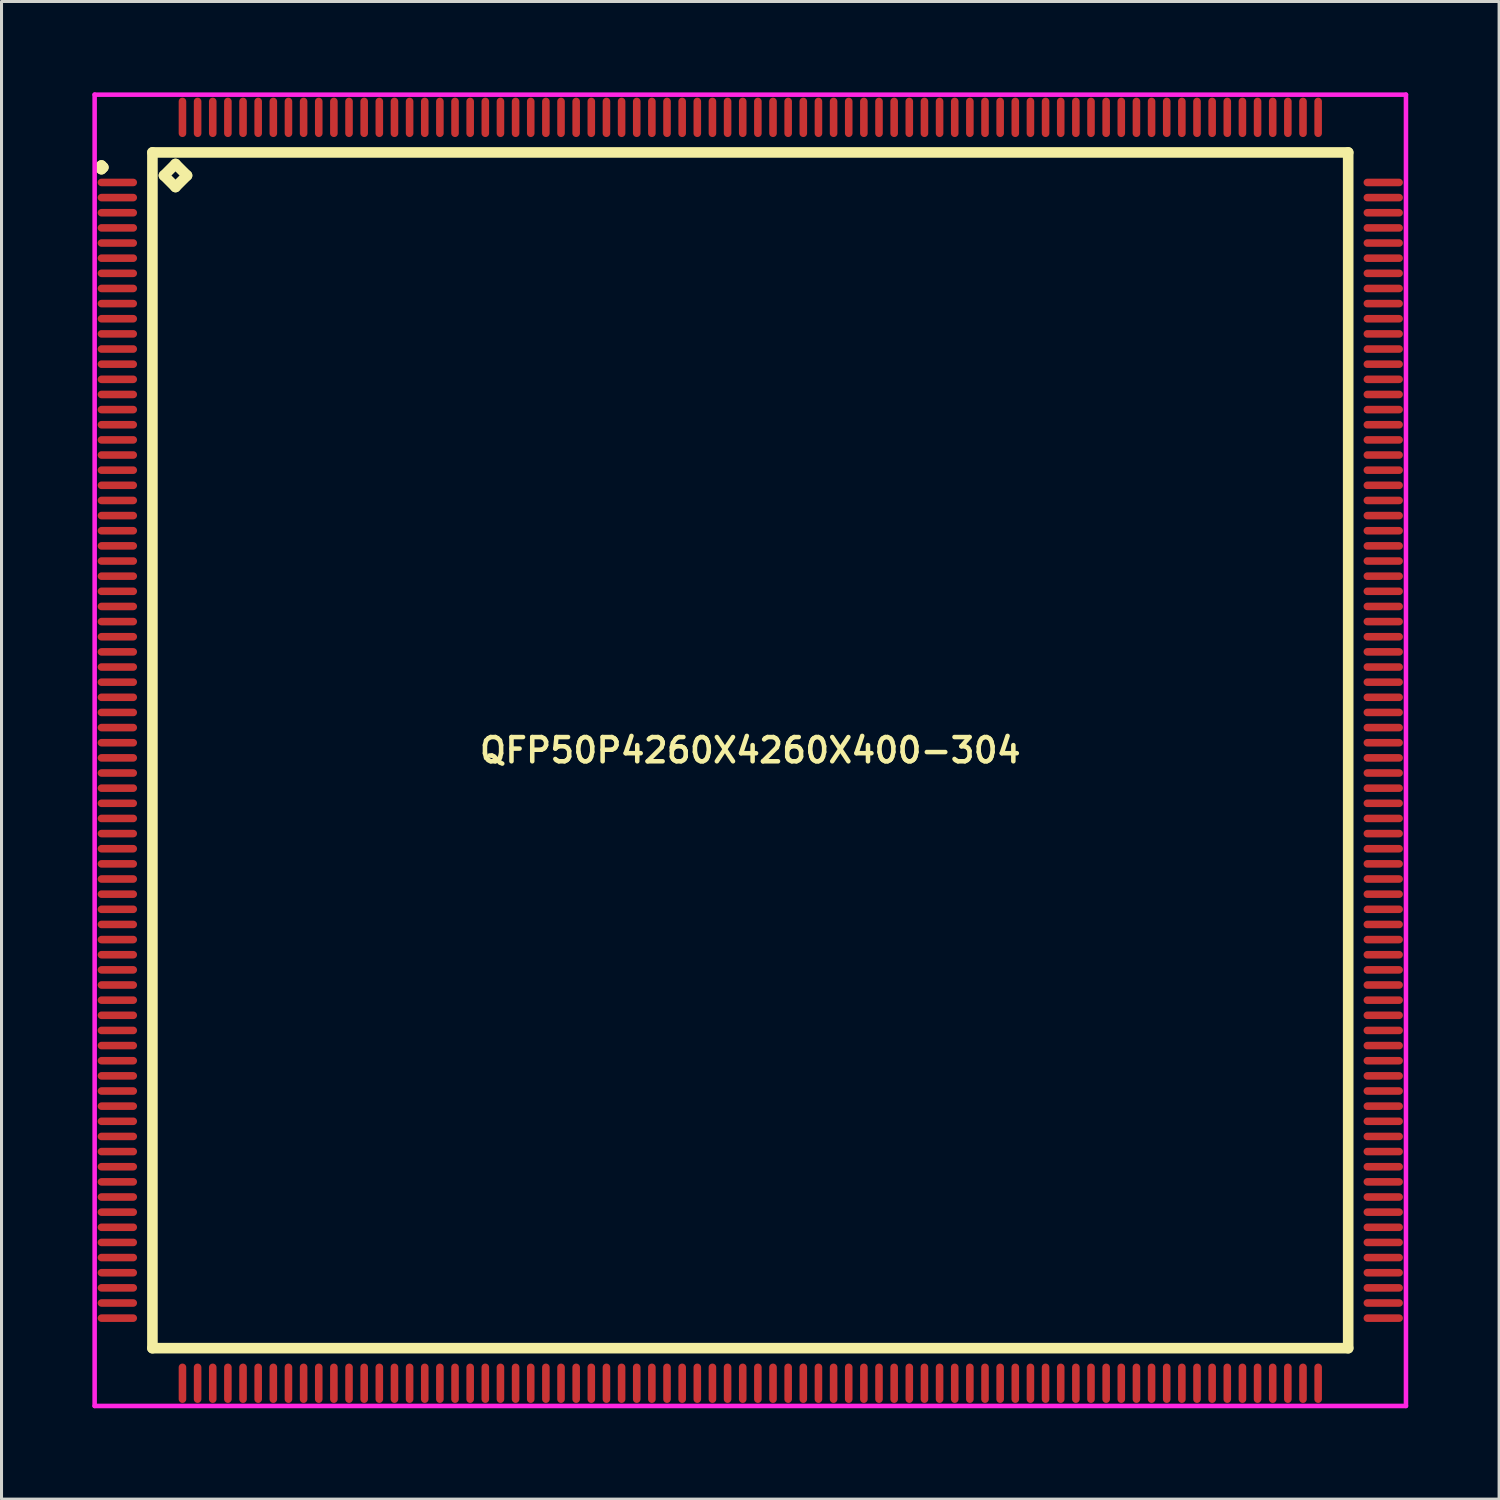
<source format=kicad_pcb>
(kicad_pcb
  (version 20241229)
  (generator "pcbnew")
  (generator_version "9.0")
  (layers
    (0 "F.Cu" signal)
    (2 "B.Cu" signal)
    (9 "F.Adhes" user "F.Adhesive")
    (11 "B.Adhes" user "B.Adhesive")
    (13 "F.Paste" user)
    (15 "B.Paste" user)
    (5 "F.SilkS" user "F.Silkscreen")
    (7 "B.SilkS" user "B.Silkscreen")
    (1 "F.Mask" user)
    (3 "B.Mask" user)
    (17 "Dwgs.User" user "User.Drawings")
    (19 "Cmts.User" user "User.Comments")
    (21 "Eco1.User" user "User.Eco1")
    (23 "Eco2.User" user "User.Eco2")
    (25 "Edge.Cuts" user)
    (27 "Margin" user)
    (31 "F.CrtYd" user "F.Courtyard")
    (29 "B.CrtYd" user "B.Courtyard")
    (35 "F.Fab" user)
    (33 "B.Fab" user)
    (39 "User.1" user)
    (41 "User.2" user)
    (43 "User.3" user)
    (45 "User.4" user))
  (footprint "QFP50P4260X4260X400-304"
    (layer "F.Cu")
    (at 21.725 21.725)
    (property "Reference" "QFP50P4260X4260X400-304" (at 0 0 0) (layer "F.SilkS") (effects (font (size 0.8 0.8) (thickness 0.15))))
    (attr through_hole)
    (fp_line (start -21.488 -19.25) (end -21.425 -19.312) (stroke (width 0.35) (type solid)) (layer "F.SilkS"))
    (fp_line (start -21.425 -19.312) (end -21.363 -19.25) (stroke (width 0.35) (type solid)) (layer "F.SilkS"))
    (fp_line (start -21.425 -19.188) (end -21.488 -19.25) (stroke (width 0.35) (type solid)) (layer "F.SilkS"))
    (fp_line (start -21.363 -19.25) (end -21.425 -19.188) (stroke (width 0.35) (type solid)) (layer "F.SilkS"))
    (fp_line (start -19.742 -19.742) (end -19.742 19.742) (stroke (width 0.35) (type solid)) (layer "F.SilkS"))
    (fp_line (start -19.742 19.742) (end 19.742 19.742) (stroke (width 0.35) (type solid)) (layer "F.SilkS"))
    (fp_line (start -19.361 -18.98) (end -18.98 -19.361) (stroke (width 0.35) (type solid)) (layer "F.SilkS"))
    (fp_line (start -18.98 -19.361) (end -18.599 -18.98) (stroke (width 0.35) (type solid)) (layer "F.SilkS"))
    (fp_line (start -18.98 -18.599) (end -19.361 -18.98) (stroke (width 0.35) (type solid)) (layer "F.SilkS"))
    (fp_line (start -18.599 -18.98) (end -18.98 -18.599) (stroke (width 0.35) (type solid)) (layer "F.SilkS"))
    (fp_line (start 19.742 -19.742) (end -19.742 -19.742) (stroke (width 0.35) (type solid)) (layer "F.SilkS"))
    (fp_line (start 19.742 19.742) (end 19.742 -19.742) (stroke (width 0.35) (type solid)) (layer "F.SilkS"))
    (fp_line (start -21.65 -21.65) (end 21.65 -21.65) (stroke (width 0.15) (type solid)) (layer "F.CrtYd"))
    (fp_line (start -21.65 21.65) (end -21.65 -21.65) (stroke (width 0.15) (type solid)) (layer "F.CrtYd"))
    (fp_line (start 21.65 -21.65) (end 21.65 21.65) (stroke (width 0.15) (type solid)) (layer "F.CrtYd"))
    (fp_line (start 21.65 21.65) (end -21.65 21.65) (stroke (width 0.15) (type solid)) (layer "F.CrtYd"))
    (pad "1" smd oval (at -20.9 -18.75) (size 1.3 0.25) (layers "F.Cu" "F.Mask" "F.Paste"))
    (pad "2" smd oval (at -20.9 -18.25) (size 1.3 0.25) (layers "F.Cu" "F.Mask" "F.Paste"))
    (pad "3" smd oval (at -20.9 -17.75) (size 1.3 0.25) (layers "F.Cu" "F.Mask" "F.Paste"))
    (pad "4" smd oval (at -20.9 -17.25) (size 1.3 0.25) (layers "F.Cu" "F.Mask" "F.Paste"))
    (pad "5" smd oval (at -20.9 -16.75) (size 1.3 0.25) (layers "F.Cu" "F.Mask" "F.Paste"))
    (pad "6" smd oval (at -20.9 -16.25) (size 1.3 0.25) (layers "F.Cu" "F.Mask" "F.Paste"))
    (pad "7" smd oval (at -20.9 -15.75) (size 1.3 0.25) (layers "F.Cu" "F.Mask" "F.Paste"))
    (pad "8" smd oval (at -20.9 -15.25) (size 1.3 0.25) (layers "F.Cu" "F.Mask" "F.Paste"))
    (pad "9" smd oval (at -20.9 -14.75) (size 1.3 0.25) (layers "F.Cu" "F.Mask" "F.Paste"))
    (pad "10" smd oval (at -20.9 -14.25) (size 1.3 0.25) (layers "F.Cu" "F.Mask" "F.Paste"))
    (pad "11" smd oval (at -20.9 -13.75) (size 1.3 0.25) (layers "F.Cu" "F.Mask" "F.Paste"))
    (pad "12" smd oval (at -20.9 -13.25) (size 1.3 0.25) (layers "F.Cu" "F.Mask" "F.Paste"))
    (pad "13" smd oval (at -20.9 -12.75) (size 1.3 0.25) (layers "F.Cu" "F.Mask" "F.Paste"))
    (pad "14" smd oval (at -20.9 -12.25) (size 1.3 0.25) (layers "F.Cu" "F.Mask" "F.Paste"))
    (pad "15" smd oval (at -20.9 -11.75) (size 1.3 0.25) (layers "F.Cu" "F.Mask" "F.Paste"))
    (pad "16" smd oval (at -20.9 -11.25) (size 1.3 0.25) (layers "F.Cu" "F.Mask" "F.Paste"))
    (pad "17" smd oval (at -20.9 -10.75) (size 1.3 0.25) (layers "F.Cu" "F.Mask" "F.Paste"))
    (pad "18" smd oval (at -20.9 -10.25) (size 1.3 0.25) (layers "F.Cu" "F.Mask" "F.Paste"))
    (pad "19" smd oval (at -20.9 -9.75) (size 1.3 0.25) (layers "F.Cu" "F.Mask" "F.Paste"))
    (pad "20" smd oval (at -20.9 -9.25) (size 1.3 0.25) (layers "F.Cu" "F.Mask" "F.Paste"))
    (pad "21" smd oval (at -20.9 -8.75) (size 1.3 0.25) (layers "F.Cu" "F.Mask" "F.Paste"))
    (pad "22" smd oval (at -20.9 -8.25) (size 1.3 0.25) (layers "F.Cu" "F.Mask" "F.Paste"))
    (pad "23" smd oval (at -20.9 -7.75) (size 1.3 0.25) (layers "F.Cu" "F.Mask" "F.Paste"))
    (pad "24" smd oval (at -20.9 -7.25) (size 1.3 0.25) (layers "F.Cu" "F.Mask" "F.Paste"))
    (pad "25" smd oval (at -20.9 -6.75) (size 1.3 0.25) (layers "F.Cu" "F.Mask" "F.Paste"))
    (pad "26" smd oval (at -20.9 -6.25) (size 1.3 0.25) (layers "F.Cu" "F.Mask" "F.Paste"))
    (pad "27" smd oval (at -20.9 -5.75) (size 1.3 0.25) (layers "F.Cu" "F.Mask" "F.Paste"))
    (pad "28" smd oval (at -20.9 -5.25) (size 1.3 0.25) (layers "F.Cu" "F.Mask" "F.Paste"))
    (pad "29" smd oval (at -20.9 -4.75) (size 1.3 0.25) (layers "F.Cu" "F.Mask" "F.Paste"))
    (pad "30" smd oval (at -20.9 -4.25) (size 1.3 0.25) (layers "F.Cu" "F.Mask" "F.Paste"))
    (pad "31" smd oval (at -20.9 -3.75) (size 1.3 0.25) (layers "F.Cu" "F.Mask" "F.Paste"))
    (pad "32" smd oval (at -20.9 -3.25) (size 1.3 0.25) (layers "F.Cu" "F.Mask" "F.Paste"))
    (pad "33" smd oval (at -20.9 -2.75) (size 1.3 0.25) (layers "F.Cu" "F.Mask" "F.Paste"))
    (pad "34" smd oval (at -20.9 -2.25) (size 1.3 0.25) (layers "F.Cu" "F.Mask" "F.Paste"))
    (pad "35" smd oval (at -20.9 -1.75) (size 1.3 0.25) (layers "F.Cu" "F.Mask" "F.Paste"))
    (pad "36" smd oval (at -20.9 -1.25) (size 1.3 0.25) (layers "F.Cu" "F.Mask" "F.Paste"))
    (pad "37" smd oval (at -20.9 -0.75) (size 1.3 0.25) (layers "F.Cu" "F.Mask" "F.Paste"))
    (pad "38" smd oval (at -20.9 -0.25) (size 1.3 0.25) (layers "F.Cu" "F.Mask" "F.Paste"))
    (pad "39" smd oval (at -20.9 0.25) (size 1.3 0.25) (layers "F.Cu" "F.Mask" "F.Paste"))
    (pad "40" smd oval (at -20.9 0.75) (size 1.3 0.25) (layers "F.Cu" "F.Mask" "F.Paste"))
    (pad "41" smd oval (at -20.9 1.25) (size 1.3 0.25) (layers "F.Cu" "F.Mask" "F.Paste"))
    (pad "42" smd oval (at -20.9 1.75) (size 1.3 0.25) (layers "F.Cu" "F.Mask" "F.Paste"))
    (pad "43" smd oval (at -20.9 2.25) (size 1.3 0.25) (layers "F.Cu" "F.Mask" "F.Paste"))
    (pad "44" smd oval (at -20.9 2.75) (size 1.3 0.25) (layers "F.Cu" "F.Mask" "F.Paste"))
    (pad "45" smd oval (at -20.9 3.25) (size 1.3 0.25) (layers "F.Cu" "F.Mask" "F.Paste"))
    (pad "46" smd oval (at -20.9 3.75) (size 1.3 0.25) (layers "F.Cu" "F.Mask" "F.Paste"))
    (pad "47" smd oval (at -20.9 4.25) (size 1.3 0.25) (layers "F.Cu" "F.Mask" "F.Paste"))
    (pad "48" smd oval (at -20.9 4.75) (size 1.3 0.25) (layers "F.Cu" "F.Mask" "F.Paste"))
    (pad "49" smd oval (at -20.9 5.25) (size 1.3 0.25) (layers "F.Cu" "F.Mask" "F.Paste"))
    (pad "50" smd oval (at -20.9 5.75) (size 1.3 0.25) (layers "F.Cu" "F.Mask" "F.Paste"))
    (pad "51" smd oval (at -20.9 6.25) (size 1.3 0.25) (layers "F.Cu" "F.Mask" "F.Paste"))
    (pad "52" smd oval (at -20.9 6.75) (size 1.3 0.25) (layers "F.Cu" "F.Mask" "F.Paste"))
    (pad "53" smd oval (at -20.9 7.25) (size 1.3 0.25) (layers "F.Cu" "F.Mask" "F.Paste"))
    (pad "54" smd oval (at -20.9 7.75) (size 1.3 0.25) (layers "F.Cu" "F.Mask" "F.Paste"))
    (pad "55" smd oval (at -20.9 8.25) (size 1.3 0.25) (layers "F.Cu" "F.Mask" "F.Paste"))
    (pad "56" smd oval (at -20.9 8.75) (size 1.3 0.25) (layers "F.Cu" "F.Mask" "F.Paste"))
    (pad "57" smd oval (at -20.9 9.25) (size 1.3 0.25) (layers "F.Cu" "F.Mask" "F.Paste"))
    (pad "58" smd oval (at -20.9 9.75) (size 1.3 0.25) (layers "F.Cu" "F.Mask" "F.Paste"))
    (pad "59" smd oval (at -20.9 10.25) (size 1.3 0.25) (layers "F.Cu" "F.Mask" "F.Paste"))
    (pad "60" smd oval (at -20.9 10.75) (size 1.3 0.25) (layers "F.Cu" "F.Mask" "F.Paste"))
    (pad "61" smd oval (at -20.9 11.25) (size 1.3 0.25) (layers "F.Cu" "F.Mask" "F.Paste"))
    (pad "62" smd oval (at -20.9 11.75) (size 1.3 0.25) (layers "F.Cu" "F.Mask" "F.Paste"))
    (pad "63" smd oval (at -20.9 12.25) (size 1.3 0.25) (layers "F.Cu" "F.Mask" "F.Paste"))
    (pad "64" smd oval (at -20.9 12.75) (size 1.3 0.25) (layers "F.Cu" "F.Mask" "F.Paste"))
    (pad "65" smd oval (at -20.9 13.25) (size 1.3 0.25) (layers "F.Cu" "F.Mask" "F.Paste"))
    (pad "66" smd oval (at -20.9 13.75) (size 1.3 0.25) (layers "F.Cu" "F.Mask" "F.Paste"))
    (pad "67" smd oval (at -20.9 14.25) (size 1.3 0.25) (layers "F.Cu" "F.Mask" "F.Paste"))
    (pad "68" smd oval (at -20.9 14.75) (size 1.3 0.25) (layers "F.Cu" "F.Mask" "F.Paste"))
    (pad "69" smd oval (at -20.9 15.25) (size 1.3 0.25) (layers "F.Cu" "F.Mask" "F.Paste"))
    (pad "70" smd oval (at -20.9 15.75) (size 1.3 0.25) (layers "F.Cu" "F.Mask" "F.Paste"))
    (pad "71" smd oval (at -20.9 16.25) (size 1.3 0.25) (layers "F.Cu" "F.Mask" "F.Paste"))
    (pad "72" smd oval (at -20.9 16.75) (size 1.3 0.25) (layers "F.Cu" "F.Mask" "F.Paste"))
    (pad "73" smd oval (at -20.9 17.25) (size 1.3 0.25) (layers "F.Cu" "F.Mask" "F.Paste"))
    (pad "74" smd oval (at -20.9 17.75) (size 1.3 0.25) (layers "F.Cu" "F.Mask" "F.Paste"))
    (pad "75" smd oval (at -20.9 18.25) (size 1.3 0.25) (layers "F.Cu" "F.Mask" "F.Paste"))
    (pad "76" smd oval (at -20.9 18.75) (size 1.3 0.25) (layers "F.Cu" "F.Mask" "F.Paste"))
    (pad "77" smd oval (at -18.75 20.9) (size 0.25 1.3) (layers "F.Cu" "F.Mask" "F.Paste"))
    (pad "78" smd oval (at -18.25 20.9) (size 0.25 1.3) (layers "F.Cu" "F.Mask" "F.Paste"))
    (pad "79" smd oval (at -17.75 20.9) (size 0.25 1.3) (layers "F.Cu" "F.Mask" "F.Paste"))
    (pad "80" smd oval (at -17.25 20.9) (size 0.25 1.3) (layers "F.Cu" "F.Mask" "F.Paste"))
    (pad "81" smd oval (at -16.75 20.9) (size 0.25 1.3) (layers "F.Cu" "F.Mask" "F.Paste"))
    (pad "82" smd oval (at -16.25 20.9) (size 0.25 1.3) (layers "F.Cu" "F.Mask" "F.Paste"))
    (pad "83" smd oval (at -15.75 20.9) (size 0.25 1.3) (layers "F.Cu" "F.Mask" "F.Paste"))
    (pad "84" smd oval (at -15.25 20.9) (size 0.25 1.3) (layers "F.Cu" "F.Mask" "F.Paste"))
    (pad "85" smd oval (at -14.75 20.9) (size 0.25 1.3) (layers "F.Cu" "F.Mask" "F.Paste"))
    (pad "86" smd oval (at -14.25 20.9) (size 0.25 1.3) (layers "F.Cu" "F.Mask" "F.Paste"))
    (pad "87" smd oval (at -13.75 20.9) (size 0.25 1.3) (layers "F.Cu" "F.Mask" "F.Paste"))
    (pad "88" smd oval (at -13.25 20.9) (size 0.25 1.3) (layers "F.Cu" "F.Mask" "F.Paste"))
    (pad "89" smd oval (at -12.75 20.9) (size 0.25 1.3) (layers "F.Cu" "F.Mask" "F.Paste"))
    (pad "90" smd oval (at -12.25 20.9) (size 0.25 1.3) (layers "F.Cu" "F.Mask" "F.Paste"))
    (pad "91" smd oval (at -11.75 20.9) (size 0.25 1.3) (layers "F.Cu" "F.Mask" "F.Paste"))
    (pad "92" smd oval (at -11.25 20.9) (size 0.25 1.3) (layers "F.Cu" "F.Mask" "F.Paste"))
    (pad "93" smd oval (at -10.75 20.9) (size 0.25 1.3) (layers "F.Cu" "F.Mask" "F.Paste"))
    (pad "94" smd oval (at -10.25 20.9) (size 0.25 1.3) (layers "F.Cu" "F.Mask" "F.Paste"))
    (pad "95" smd oval (at -9.75 20.9) (size 0.25 1.3) (layers "F.Cu" "F.Mask" "F.Paste"))
    (pad "96" smd oval (at -9.25 20.9) (size 0.25 1.3) (layers "F.Cu" "F.Mask" "F.Paste"))
    (pad "97" smd oval (at -8.75 20.9) (size 0.25 1.3) (layers "F.Cu" "F.Mask" "F.Paste"))
    (pad "98" smd oval (at -8.25 20.9) (size 0.25 1.3) (layers "F.Cu" "F.Mask" "F.Paste"))
    (pad "99" smd oval (at -7.75 20.9) (size 0.25 1.3) (layers "F.Cu" "F.Mask" "F.Paste"))
    (pad "100" smd oval (at -7.25 20.9) (size 0.25 1.3) (layers "F.Cu" "F.Mask" "F.Paste"))
    (pad "101" smd oval (at -6.75 20.9) (size 0.25 1.3) (layers "F.Cu" "F.Mask" "F.Paste"))
    (pad "102" smd oval (at -6.25 20.9) (size 0.25 1.3) (layers "F.Cu" "F.Mask" "F.Paste"))
    (pad "103" smd oval (at -5.75 20.9) (size 0.25 1.3) (layers "F.Cu" "F.Mask" "F.Paste"))
    (pad "104" smd oval (at -5.25 20.9) (size 0.25 1.3) (layers "F.Cu" "F.Mask" "F.Paste"))
    (pad "105" smd oval (at -4.75 20.9) (size 0.25 1.3) (layers "F.Cu" "F.Mask" "F.Paste"))
    (pad "106" smd oval (at -4.25 20.9) (size 0.25 1.3) (layers "F.Cu" "F.Mask" "F.Paste"))
    (pad "107" smd oval (at -3.75 20.9) (size 0.25 1.3) (layers "F.Cu" "F.Mask" "F.Paste"))
    (pad "108" smd oval (at -3.25 20.9) (size 0.25 1.3) (layers "F.Cu" "F.Mask" "F.Paste"))
    (pad "109" smd oval (at -2.75 20.9) (size 0.25 1.3) (layers "F.Cu" "F.Mask" "F.Paste"))
    (pad "110" smd oval (at -2.25 20.9) (size 0.25 1.3) (layers "F.Cu" "F.Mask" "F.Paste"))
    (pad "111" smd oval (at -1.75 20.9) (size 0.25 1.3) (layers "F.Cu" "F.Mask" "F.Paste"))
    (pad "112" smd oval (at -1.25 20.9) (size 0.25 1.3) (layers "F.Cu" "F.Mask" "F.Paste"))
    (pad "113" smd oval (at -0.75 20.9) (size 0.25 1.3) (layers "F.Cu" "F.Mask" "F.Paste"))
    (pad "114" smd oval (at -0.25 20.9) (size 0.25 1.3) (layers "F.Cu" "F.Mask" "F.Paste"))
    (pad "115" smd oval (at 0.25 20.9) (size 0.25 1.3) (layers "F.Cu" "F.Mask" "F.Paste"))
    (pad "116" smd oval (at 0.75 20.9) (size 0.25 1.3) (layers "F.Cu" "F.Mask" "F.Paste"))
    (pad "117" smd oval (at 1.25 20.9) (size 0.25 1.3) (layers "F.Cu" "F.Mask" "F.Paste"))
    (pad "118" smd oval (at 1.75 20.9) (size 0.25 1.3) (layers "F.Cu" "F.Mask" "F.Paste"))
    (pad "119" smd oval (at 2.25 20.9) (size 0.25 1.3) (layers "F.Cu" "F.Mask" "F.Paste"))
    (pad "120" smd oval (at 2.75 20.9) (size 0.25 1.3) (layers "F.Cu" "F.Mask" "F.Paste"))
    (pad "121" smd oval (at 3.25 20.9) (size 0.25 1.3) (layers "F.Cu" "F.Mask" "F.Paste"))
    (pad "122" smd oval (at 3.75 20.9) (size 0.25 1.3) (layers "F.Cu" "F.Mask" "F.Paste"))
    (pad "123" smd oval (at 4.25 20.9) (size 0.25 1.3) (layers "F.Cu" "F.Mask" "F.Paste"))
    (pad "124" smd oval (at 4.75 20.9) (size 0.25 1.3) (layers "F.Cu" "F.Mask" "F.Paste"))
    (pad "125" smd oval (at 5.25 20.9) (size 0.25 1.3) (layers "F.Cu" "F.Mask" "F.Paste"))
    (pad "126" smd oval (at 5.75 20.9) (size 0.25 1.3) (layers "F.Cu" "F.Mask" "F.Paste"))
    (pad "127" smd oval (at 6.25 20.9) (size 0.25 1.3) (layers "F.Cu" "F.Mask" "F.Paste"))
    (pad "128" smd oval (at 6.75 20.9) (size 0.25 1.3) (layers "F.Cu" "F.Mask" "F.Paste"))
    (pad "129" smd oval (at 7.25 20.9) (size 0.25 1.3) (layers "F.Cu" "F.Mask" "F.Paste"))
    (pad "130" smd oval (at 7.75 20.9) (size 0.25 1.3) (layers "F.Cu" "F.Mask" "F.Paste"))
    (pad "131" smd oval (at 8.25 20.9) (size 0.25 1.3) (layers "F.Cu" "F.Mask" "F.Paste"))
    (pad "132" smd oval (at 8.75 20.9) (size 0.25 1.3) (layers "F.Cu" "F.Mask" "F.Paste"))
    (pad "133" smd oval (at 9.25 20.9) (size 0.25 1.3) (layers "F.Cu" "F.Mask" "F.Paste"))
    (pad "134" smd oval (at 9.75 20.9) (size 0.25 1.3) (layers "F.Cu" "F.Mask" "F.Paste"))
    (pad "135" smd oval (at 10.25 20.9) (size 0.25 1.3) (layers "F.Cu" "F.Mask" "F.Paste"))
    (pad "136" smd oval (at 10.75 20.9) (size 0.25 1.3) (layers "F.Cu" "F.Mask" "F.Paste"))
    (pad "137" smd oval (at 11.25 20.9) (size 0.25 1.3) (layers "F.Cu" "F.Mask" "F.Paste"))
    (pad "138" smd oval (at 11.75 20.9) (size 0.25 1.3) (layers "F.Cu" "F.Mask" "F.Paste"))
    (pad "139" smd oval (at 12.25 20.9) (size 0.25 1.3) (layers "F.Cu" "F.Mask" "F.Paste"))
    (pad "140" smd oval (at 12.75 20.9) (size 0.25 1.3) (layers "F.Cu" "F.Mask" "F.Paste"))
    (pad "141" smd oval (at 13.25 20.9) (size 0.25 1.3) (layers "F.Cu" "F.Mask" "F.Paste"))
    (pad "142" smd oval (at 13.75 20.9) (size 0.25 1.3) (layers "F.Cu" "F.Mask" "F.Paste"))
    (pad "143" smd oval (at 14.25 20.9) (size 0.25 1.3) (layers "F.Cu" "F.Mask" "F.Paste"))
    (pad "144" smd oval (at 14.75 20.9) (size 0.25 1.3) (layers "F.Cu" "F.Mask" "F.Paste"))
    (pad "145" smd oval (at 15.25 20.9) (size 0.25 1.3) (layers "F.Cu" "F.Mask" "F.Paste"))
    (pad "146" smd oval (at 15.75 20.9) (size 0.25 1.3) (layers "F.Cu" "F.Mask" "F.Paste"))
    (pad "147" smd oval (at 16.25 20.9) (size 0.25 1.3) (layers "F.Cu" "F.Mask" "F.Paste"))
    (pad "148" smd oval (at 16.75 20.9) (size 0.25 1.3) (layers "F.Cu" "F.Mask" "F.Paste"))
    (pad "149" smd oval (at 17.25 20.9) (size 0.25 1.3) (layers "F.Cu" "F.Mask" "F.Paste"))
    (pad "150" smd oval (at 17.75 20.9) (size 0.25 1.3) (layers "F.Cu" "F.Mask" "F.Paste"))
    (pad "151" smd oval (at 18.25 20.9) (size 0.25 1.3) (layers "F.Cu" "F.Mask" "F.Paste"))
    (pad "152" smd oval (at 18.75 20.9) (size 0.25 1.3) (layers "F.Cu" "F.Mask" "F.Paste"))
    (pad "153" smd oval (at 20.9 18.75) (size 1.3 0.25) (layers "F.Cu" "F.Mask" "F.Paste"))
    (pad "154" smd oval (at 20.9 18.25) (size 1.3 0.25) (layers "F.Cu" "F.Mask" "F.Paste"))
    (pad "155" smd oval (at 20.9 17.75) (size 1.3 0.25) (layers "F.Cu" "F.Mask" "F.Paste"))
    (pad "156" smd oval (at 20.9 17.25) (size 1.3 0.25) (layers "F.Cu" "F.Mask" "F.Paste"))
    (pad "157" smd oval (at 20.9 16.75) (size 1.3 0.25) (layers "F.Cu" "F.Mask" "F.Paste"))
    (pad "158" smd oval (at 20.9 16.25) (size 1.3 0.25) (layers "F.Cu" "F.Mask" "F.Paste"))
    (pad "159" smd oval (at 20.9 15.75) (size 1.3 0.25) (layers "F.Cu" "F.Mask" "F.Paste"))
    (pad "160" smd oval (at 20.9 15.25) (size 1.3 0.25) (layers "F.Cu" "F.Mask" "F.Paste"))
    (pad "161" smd oval (at 20.9 14.75) (size 1.3 0.25) (layers "F.Cu" "F.Mask" "F.Paste"))
    (pad "162" smd oval (at 20.9 14.25) (size 1.3 0.25) (layers "F.Cu" "F.Mask" "F.Paste"))
    (pad "163" smd oval (at 20.9 13.75) (size 1.3 0.25) (layers "F.Cu" "F.Mask" "F.Paste"))
    (pad "164" smd oval (at 20.9 13.25) (size 1.3 0.25) (layers "F.Cu" "F.Mask" "F.Paste"))
    (pad "165" smd oval (at 20.9 12.75) (size 1.3 0.25) (layers "F.Cu" "F.Mask" "F.Paste"))
    (pad "166" smd oval (at 20.9 12.25) (size 1.3 0.25) (layers "F.Cu" "F.Mask" "F.Paste"))
    (pad "167" smd oval (at 20.9 11.75) (size 1.3 0.25) (layers "F.Cu" "F.Mask" "F.Paste"))
    (pad "168" smd oval (at 20.9 11.25) (size 1.3 0.25) (layers "F.Cu" "F.Mask" "F.Paste"))
    (pad "169" smd oval (at 20.9 10.75) (size 1.3 0.25) (layers "F.Cu" "F.Mask" "F.Paste"))
    (pad "170" smd oval (at 20.9 10.25) (size 1.3 0.25) (layers "F.Cu" "F.Mask" "F.Paste"))
    (pad "171" smd oval (at 20.9 9.75) (size 1.3 0.25) (layers "F.Cu" "F.Mask" "F.Paste"))
    (pad "172" smd oval (at 20.9 9.25) (size 1.3 0.25) (layers "F.Cu" "F.Mask" "F.Paste"))
    (pad "173" smd oval (at 20.9 8.75) (size 1.3 0.25) (layers "F.Cu" "F.Mask" "F.Paste"))
    (pad "174" smd oval (at 20.9 8.25) (size 1.3 0.25) (layers "F.Cu" "F.Mask" "F.Paste"))
    (pad "175" smd oval (at 20.9 7.75) (size 1.3 0.25) (layers "F.Cu" "F.Mask" "F.Paste"))
    (pad "176" smd oval (at 20.9 7.25) (size 1.3 0.25) (layers "F.Cu" "F.Mask" "F.Paste"))
    (pad "177" smd oval (at 20.9 6.75) (size 1.3 0.25) (layers "F.Cu" "F.Mask" "F.Paste"))
    (pad "178" smd oval (at 20.9 6.25) (size 1.3 0.25) (layers "F.Cu" "F.Mask" "F.Paste"))
    (pad "179" smd oval (at 20.9 5.75) (size 1.3 0.25) (layers "F.Cu" "F.Mask" "F.Paste"))
    (pad "180" smd oval (at 20.9 5.25) (size 1.3 0.25) (layers "F.Cu" "F.Mask" "F.Paste"))
    (pad "181" smd oval (at 20.9 4.75) (size 1.3 0.25) (layers "F.Cu" "F.Mask" "F.Paste"))
    (pad "182" smd oval (at 20.9 4.25) (size 1.3 0.25) (layers "F.Cu" "F.Mask" "F.Paste"))
    (pad "183" smd oval (at 20.9 3.75) (size 1.3 0.25) (layers "F.Cu" "F.Mask" "F.Paste"))
    (pad "184" smd oval (at 20.9 3.25) (size 1.3 0.25) (layers "F.Cu" "F.Mask" "F.Paste"))
    (pad "185" smd oval (at 20.9 2.75) (size 1.3 0.25) (layers "F.Cu" "F.Mask" "F.Paste"))
    (pad "186" smd oval (at 20.9 2.25) (size 1.3 0.25) (layers "F.Cu" "F.Mask" "F.Paste"))
    (pad "187" smd oval (at 20.9 1.75) (size 1.3 0.25) (layers "F.Cu" "F.Mask" "F.Paste"))
    (pad "188" smd oval (at 20.9 1.25) (size 1.3 0.25) (layers "F.Cu" "F.Mask" "F.Paste"))
    (pad "189" smd oval (at 20.9 0.75) (size 1.3 0.25) (layers "F.Cu" "F.Mask" "F.Paste"))
    (pad "190" smd oval (at 20.9 0.25) (size 1.3 0.25) (layers "F.Cu" "F.Mask" "F.Paste"))
    (pad "191" smd oval (at 20.9 -0.25) (size 1.3 0.25) (layers "F.Cu" "F.Mask" "F.Paste"))
    (pad "192" smd oval (at 20.9 -0.75) (size 1.3 0.25) (layers "F.Cu" "F.Mask" "F.Paste"))
    (pad "193" smd oval (at 20.9 -1.25) (size 1.3 0.25) (layers "F.Cu" "F.Mask" "F.Paste"))
    (pad "194" smd oval (at 20.9 -1.75) (size 1.3 0.25) (layers "F.Cu" "F.Mask" "F.Paste"))
    (pad "195" smd oval (at 20.9 -2.25) (size 1.3 0.25) (layers "F.Cu" "F.Mask" "F.Paste"))
    (pad "196" smd oval (at 20.9 -2.75) (size 1.3 0.25) (layers "F.Cu" "F.Mask" "F.Paste"))
    (pad "197" smd oval (at 20.9 -3.25) (size 1.3 0.25) (layers "F.Cu" "F.Mask" "F.Paste"))
    (pad "198" smd oval (at 20.9 -3.75) (size 1.3 0.25) (layers "F.Cu" "F.Mask" "F.Paste"))
    (pad "199" smd oval (at 20.9 -4.25) (size 1.3 0.25) (layers "F.Cu" "F.Mask" "F.Paste"))
    (pad "200" smd oval (at 20.9 -4.75) (size 1.3 0.25) (layers "F.Cu" "F.Mask" "F.Paste"))
    (pad "201" smd oval (at 20.9 -5.25) (size 1.3 0.25) (layers "F.Cu" "F.Mask" "F.Paste"))
    (pad "202" smd oval (at 20.9 -5.75) (size 1.3 0.25) (layers "F.Cu" "F.Mask" "F.Paste"))
    (pad "203" smd oval (at 20.9 -6.25) (size 1.3 0.25) (layers "F.Cu" "F.Mask" "F.Paste"))
    (pad "204" smd oval (at 20.9 -6.75) (size 1.3 0.25) (layers "F.Cu" "F.Mask" "F.Paste"))
    (pad "205" smd oval (at 20.9 -7.25) (size 1.3 0.25) (layers "F.Cu" "F.Mask" "F.Paste"))
    (pad "206" smd oval (at 20.9 -7.75) (size 1.3 0.25) (layers "F.Cu" "F.Mask" "F.Paste"))
    (pad "207" smd oval (at 20.9 -8.25) (size 1.3 0.25) (layers "F.Cu" "F.Mask" "F.Paste"))
    (pad "208" smd oval (at 20.9 -8.75) (size 1.3 0.25) (layers "F.Cu" "F.Mask" "F.Paste"))
    (pad "209" smd oval (at 20.9 -9.25) (size 1.3 0.25) (layers "F.Cu" "F.Mask" "F.Paste"))
    (pad "210" smd oval (at 20.9 -9.75) (size 1.3 0.25) (layers "F.Cu" "F.Mask" "F.Paste"))
    (pad "211" smd oval (at 20.9 -10.25) (size 1.3 0.25) (layers "F.Cu" "F.Mask" "F.Paste"))
    (pad "212" smd oval (at 20.9 -10.75) (size 1.3 0.25) (layers "F.Cu" "F.Mask" "F.Paste"))
    (pad "213" smd oval (at 20.9 -11.25) (size 1.3 0.25) (layers "F.Cu" "F.Mask" "F.Paste"))
    (pad "214" smd oval (at 20.9 -11.75) (size 1.3 0.25) (layers "F.Cu" "F.Mask" "F.Paste"))
    (pad "215" smd oval (at 20.9 -12.25) (size 1.3 0.25) (layers "F.Cu" "F.Mask" "F.Paste"))
    (pad "216" smd oval (at 20.9 -12.75) (size 1.3 0.25) (layers "F.Cu" "F.Mask" "F.Paste"))
    (pad "217" smd oval (at 20.9 -13.25) (size 1.3 0.25) (layers "F.Cu" "F.Mask" "F.Paste"))
    (pad "218" smd oval (at 20.9 -13.75) (size 1.3 0.25) (layers "F.Cu" "F.Mask" "F.Paste"))
    (pad "219" smd oval (at 20.9 -14.25) (size 1.3 0.25) (layers "F.Cu" "F.Mask" "F.Paste"))
    (pad "220" smd oval (at 20.9 -14.75) (size 1.3 0.25) (layers "F.Cu" "F.Mask" "F.Paste"))
    (pad "221" smd oval (at 20.9 -15.25) (size 1.3 0.25) (layers "F.Cu" "F.Mask" "F.Paste"))
    (pad "222" smd oval (at 20.9 -15.75) (size 1.3 0.25) (layers "F.Cu" "F.Mask" "F.Paste"))
    (pad "223" smd oval (at 20.9 -16.25) (size 1.3 0.25) (layers "F.Cu" "F.Mask" "F.Paste"))
    (pad "224" smd oval (at 20.9 -16.75) (size 1.3 0.25) (layers "F.Cu" "F.Mask" "F.Paste"))
    (pad "225" smd oval (at 20.9 -17.25) (size 1.3 0.25) (layers "F.Cu" "F.Mask" "F.Paste"))
    (pad "226" smd oval (at 20.9 -17.75) (size 1.3 0.25) (layers "F.Cu" "F.Mask" "F.Paste"))
    (pad "227" smd oval (at 20.9 -18.25) (size 1.3 0.25) (layers "F.Cu" "F.Mask" "F.Paste"))
    (pad "228" smd oval (at 20.9 -18.75) (size 1.3 0.25) (layers "F.Cu" "F.Mask" "F.Paste"))
    (pad "229" smd oval (at 18.75 -20.9) (size 0.25 1.3) (layers "F.Cu" "F.Mask" "F.Paste"))
    (pad "230" smd oval (at 18.25 -20.9) (size 0.25 1.3) (layers "F.Cu" "F.Mask" "F.Paste"))
    (pad "231" smd oval (at 17.75 -20.9) (size 0.25 1.3) (layers "F.Cu" "F.Mask" "F.Paste"))
    (pad "232" smd oval (at 17.25 -20.9) (size 0.25 1.3) (layers "F.Cu" "F.Mask" "F.Paste"))
    (pad "233" smd oval (at 16.75 -20.9) (size 0.25 1.3) (layers "F.Cu" "F.Mask" "F.Paste"))
    (pad "234" smd oval (at 16.25 -20.9) (size 0.25 1.3) (layers "F.Cu" "F.Mask" "F.Paste"))
    (pad "235" smd oval (at 15.75 -20.9) (size 0.25 1.3) (layers "F.Cu" "F.Mask" "F.Paste"))
    (pad "236" smd oval (at 15.25 -20.9) (size 0.25 1.3) (layers "F.Cu" "F.Mask" "F.Paste"))
    (pad "237" smd oval (at 14.75 -20.9) (size 0.25 1.3) (layers "F.Cu" "F.Mask" "F.Paste"))
    (pad "238" smd oval (at 14.25 -20.9) (size 0.25 1.3) (layers "F.Cu" "F.Mask" "F.Paste"))
    (pad "239" smd oval (at 13.75 -20.9) (size 0.25 1.3) (layers "F.Cu" "F.Mask" "F.Paste"))
    (pad "240" smd oval (at 13.25 -20.9) (size 0.25 1.3) (layers "F.Cu" "F.Mask" "F.Paste"))
    (pad "241" smd oval (at 12.75 -20.9) (size 0.25 1.3) (layers "F.Cu" "F.Mask" "F.Paste"))
    (pad "242" smd oval (at 12.25 -20.9) (size 0.25 1.3) (layers "F.Cu" "F.Mask" "F.Paste"))
    (pad "243" smd oval (at 11.75 -20.9) (size 0.25 1.3) (layers "F.Cu" "F.Mask" "F.Paste"))
    (pad "244" smd oval (at 11.25 -20.9) (size 0.25 1.3) (layers "F.Cu" "F.Mask" "F.Paste"))
    (pad "245" smd oval (at 10.75 -20.9) (size 0.25 1.3) (layers "F.Cu" "F.Mask" "F.Paste"))
    (pad "246" smd oval (at 10.25 -20.9) (size 0.25 1.3) (layers "F.Cu" "F.Mask" "F.Paste"))
    (pad "247" smd oval (at 9.75 -20.9) (size 0.25 1.3) (layers "F.Cu" "F.Mask" "F.Paste"))
    (pad "248" smd oval (at 9.25 -20.9) (size 0.25 1.3) (layers "F.Cu" "F.Mask" "F.Paste"))
    (pad "249" smd oval (at 8.75 -20.9) (size 0.25 1.3) (layers "F.Cu" "F.Mask" "F.Paste"))
    (pad "250" smd oval (at 8.25 -20.9) (size 0.25 1.3) (layers "F.Cu" "F.Mask" "F.Paste"))
    (pad "251" smd oval (at 7.75 -20.9) (size 0.25 1.3) (layers "F.Cu" "F.Mask" "F.Paste"))
    (pad "252" smd oval (at 7.25 -20.9) (size 0.25 1.3) (layers "F.Cu" "F.Mask" "F.Paste"))
    (pad "253" smd oval (at 6.75 -20.9) (size 0.25 1.3) (layers "F.Cu" "F.Mask" "F.Paste"))
    (pad "254" smd oval (at 6.25 -20.9) (size 0.25 1.3) (layers "F.Cu" "F.Mask" "F.Paste"))
    (pad "255" smd oval (at 5.75 -20.9) (size 0.25 1.3) (layers "F.Cu" "F.Mask" "F.Paste"))
    (pad "256" smd oval (at 5.25 -20.9) (size 0.25 1.3) (layers "F.Cu" "F.Mask" "F.Paste"))
    (pad "257" smd oval (at 4.75 -20.9) (size 0.25 1.3) (layers "F.Cu" "F.Mask" "F.Paste"))
    (pad "258" smd oval (at 4.25 -20.9) (size 0.25 1.3) (layers "F.Cu" "F.Mask" "F.Paste"))
    (pad "259" smd oval (at 3.75 -20.9) (size 0.25 1.3) (layers "F.Cu" "F.Mask" "F.Paste"))
    (pad "260" smd oval (at 3.25 -20.9) (size 0.25 1.3) (layers "F.Cu" "F.Mask" "F.Paste"))
    (pad "261" smd oval (at 2.75 -20.9) (size 0.25 1.3) (layers "F.Cu" "F.Mask" "F.Paste"))
    (pad "262" smd oval (at 2.25 -20.9) (size 0.25 1.3) (layers "F.Cu" "F.Mask" "F.Paste"))
    (pad "263" smd oval (at 1.75 -20.9) (size 0.25 1.3) (layers "F.Cu" "F.Mask" "F.Paste"))
    (pad "264" smd oval (at 1.25 -20.9) (size 0.25 1.3) (layers "F.Cu" "F.Mask" "F.Paste"))
    (pad "265" smd oval (at 0.75 -20.9) (size 0.25 1.3) (layers "F.Cu" "F.Mask" "F.Paste"))
    (pad "266" smd oval (at 0.25 -20.9) (size 0.25 1.3) (layers "F.Cu" "F.Mask" "F.Paste"))
    (pad "267" smd oval (at -0.25 -20.9) (size 0.25 1.3) (layers "F.Cu" "F.Mask" "F.Paste"))
    (pad "268" smd oval (at -0.75 -20.9) (size 0.25 1.3) (layers "F.Cu" "F.Mask" "F.Paste"))
    (pad "269" smd oval (at -1.25 -20.9) (size 0.25 1.3) (layers "F.Cu" "F.Mask" "F.Paste"))
    (pad "270" smd oval (at -1.75 -20.9) (size 0.25 1.3) (layers "F.Cu" "F.Mask" "F.Paste"))
    (pad "271" smd oval (at -2.25 -20.9) (size 0.25 1.3) (layers "F.Cu" "F.Mask" "F.Paste"))
    (pad "272" smd oval (at -2.75 -20.9) (size 0.25 1.3) (layers "F.Cu" "F.Mask" "F.Paste"))
    (pad "273" smd oval (at -3.25 -20.9) (size 0.25 1.3) (layers "F.Cu" "F.Mask" "F.Paste"))
    (pad "274" smd oval (at -3.75 -20.9) (size 0.25 1.3) (layers "F.Cu" "F.Mask" "F.Paste"))
    (pad "275" smd oval (at -4.25 -20.9) (size 0.25 1.3) (layers "F.Cu" "F.Mask" "F.Paste"))
    (pad "276" smd oval (at -4.75 -20.9) (size 0.25 1.3) (layers "F.Cu" "F.Mask" "F.Paste"))
    (pad "277" smd oval (at -5.25 -20.9) (size 0.25 1.3) (layers "F.Cu" "F.Mask" "F.Paste"))
    (pad "278" smd oval (at -5.75 -20.9) (size 0.25 1.3) (layers "F.Cu" "F.Mask" "F.Paste"))
    (pad "279" smd oval (at -6.25 -20.9) (size 0.25 1.3) (layers "F.Cu" "F.Mask" "F.Paste"))
    (pad "280" smd oval (at -6.75 -20.9) (size 0.25 1.3) (layers "F.Cu" "F.Mask" "F.Paste"))
    (pad "281" smd oval (at -7.25 -20.9) (size 0.25 1.3) (layers "F.Cu" "F.Mask" "F.Paste"))
    (pad "282" smd oval (at -7.75 -20.9) (size 0.25 1.3) (layers "F.Cu" "F.Mask" "F.Paste"))
    (pad "283" smd oval (at -8.25 -20.9) (size 0.25 1.3) (layers "F.Cu" "F.Mask" "F.Paste"))
    (pad "284" smd oval (at -8.75 -20.9) (size 0.25 1.3) (layers "F.Cu" "F.Mask" "F.Paste"))
    (pad "285" smd oval (at -9.25 -20.9) (size 0.25 1.3) (layers "F.Cu" "F.Mask" "F.Paste"))
    (pad "286" smd oval (at -9.75 -20.9) (size 0.25 1.3) (layers "F.Cu" "F.Mask" "F.Paste"))
    (pad "287" smd oval (at -10.25 -20.9) (size 0.25 1.3) (layers "F.Cu" "F.Mask" "F.Paste"))
    (pad "288" smd oval (at -10.75 -20.9) (size 0.25 1.3) (layers "F.Cu" "F.Mask" "F.Paste"))
    (pad "289" smd oval (at -11.25 -20.9) (size 0.25 1.3) (layers "F.Cu" "F.Mask" "F.Paste"))
    (pad "290" smd oval (at -11.75 -20.9) (size 0.25 1.3) (layers "F.Cu" "F.Mask" "F.Paste"))
    (pad "291" smd oval (at -12.25 -20.9) (size 0.25 1.3) (layers "F.Cu" "F.Mask" "F.Paste"))
    (pad "292" smd oval (at -12.75 -20.9) (size 0.25 1.3) (layers "F.Cu" "F.Mask" "F.Paste"))
    (pad "293" smd oval (at -13.25 -20.9) (size 0.25 1.3) (layers "F.Cu" "F.Mask" "F.Paste"))
    (pad "294" smd oval (at -13.75 -20.9) (size 0.25 1.3) (layers "F.Cu" "F.Mask" "F.Paste"))
    (pad "295" smd oval (at -14.25 -20.9) (size 0.25 1.3) (layers "F.Cu" "F.Mask" "F.Paste"))
    (pad "296" smd oval (at -14.75 -20.9) (size 0.25 1.3) (layers "F.Cu" "F.Mask" "F.Paste"))
    (pad "297" smd oval (at -15.25 -20.9) (size 0.25 1.3) (layers "F.Cu" "F.Mask" "F.Paste"))
    (pad "298" smd oval (at -15.75 -20.9) (size 0.25 1.3) (layers "F.Cu" "F.Mask" "F.Paste"))
    (pad "299" smd oval (at -16.25 -20.9) (size 0.25 1.3) (layers "F.Cu" "F.Mask" "F.Paste"))
    (pad "300" smd oval (at -16.75 -20.9) (size 0.25 1.3) (layers "F.Cu" "F.Mask" "F.Paste"))
    (pad "301" smd oval (at -17.25 -20.9) (size 0.25 1.3) (layers "F.Cu" "F.Mask" "F.Paste"))
    (pad "302" smd oval (at -17.75 -20.9) (size 0.25 1.3) (layers "F.Cu" "F.Mask" "F.Paste"))
    (pad "303" smd oval (at -18.25 -20.9) (size 0.25 1.3) (layers "F.Cu" "F.Mask" "F.Paste"))
    (pad "304" smd oval (at -18.75 -20.9) (size 0.25 1.3) (layers "F.Cu" "F.Mask" "F.Paste")))
  (gr_rect
    (start -3 -3)
    (end 46.45 46.45)
    (stroke (width 0.1) (type default))
    (fill no)
    (layer "Edge.Cuts")))
</source>
